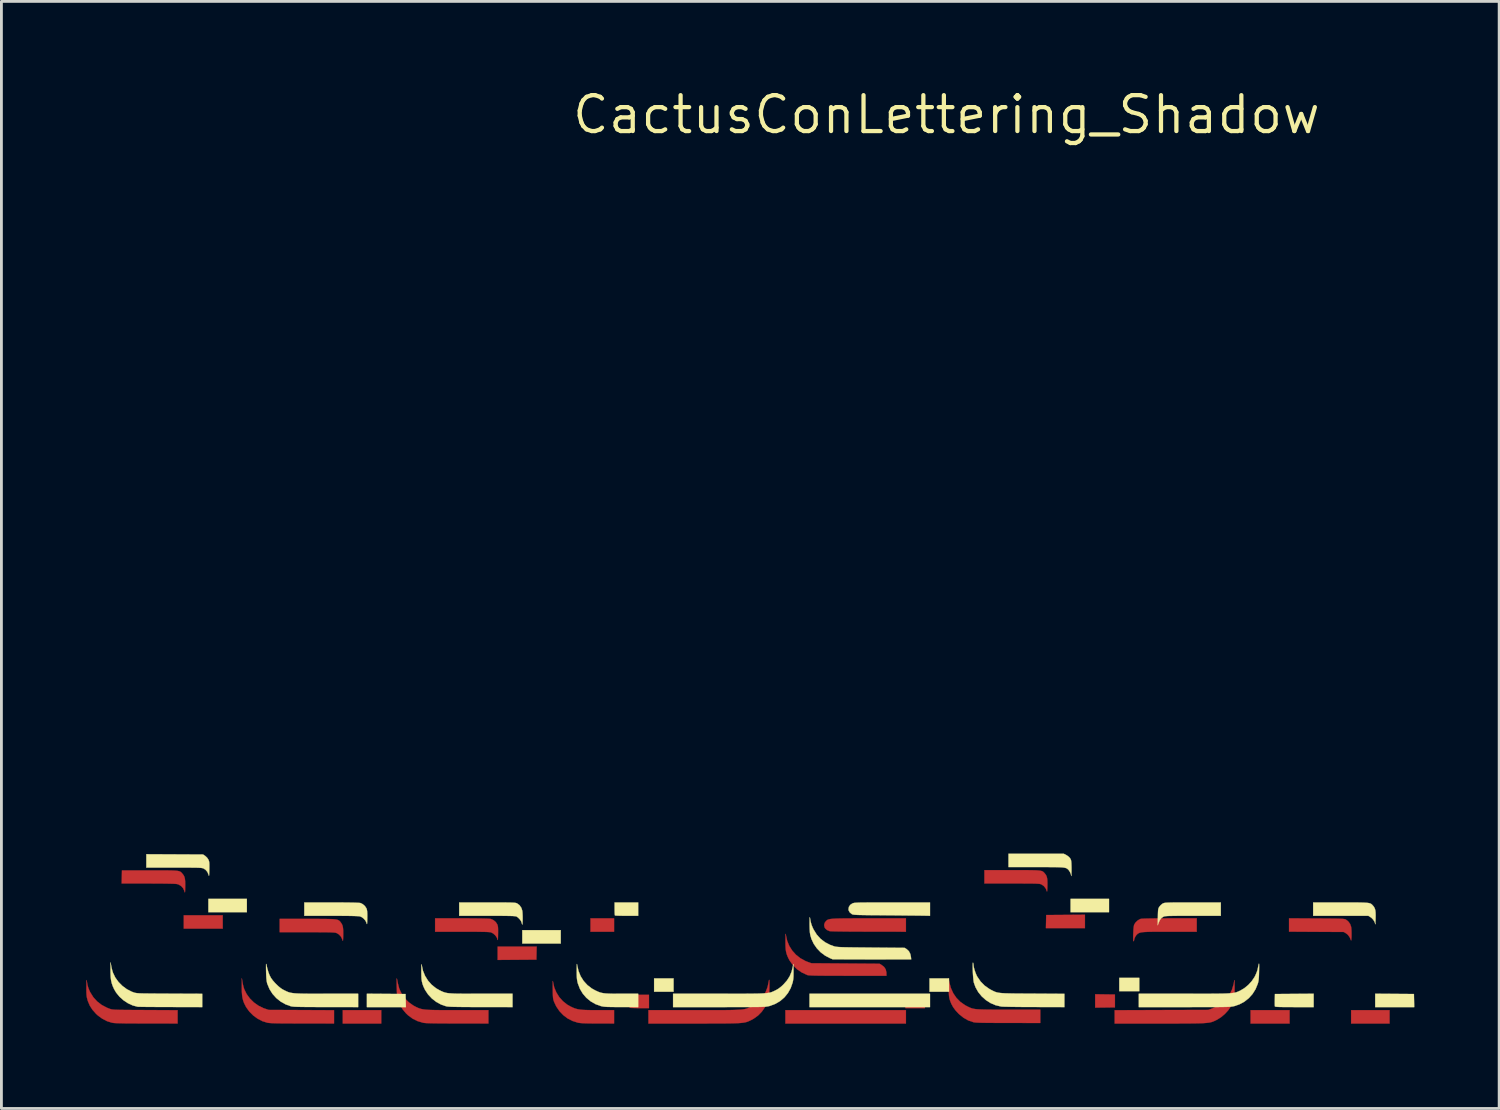
<source format=kicad_pcb>
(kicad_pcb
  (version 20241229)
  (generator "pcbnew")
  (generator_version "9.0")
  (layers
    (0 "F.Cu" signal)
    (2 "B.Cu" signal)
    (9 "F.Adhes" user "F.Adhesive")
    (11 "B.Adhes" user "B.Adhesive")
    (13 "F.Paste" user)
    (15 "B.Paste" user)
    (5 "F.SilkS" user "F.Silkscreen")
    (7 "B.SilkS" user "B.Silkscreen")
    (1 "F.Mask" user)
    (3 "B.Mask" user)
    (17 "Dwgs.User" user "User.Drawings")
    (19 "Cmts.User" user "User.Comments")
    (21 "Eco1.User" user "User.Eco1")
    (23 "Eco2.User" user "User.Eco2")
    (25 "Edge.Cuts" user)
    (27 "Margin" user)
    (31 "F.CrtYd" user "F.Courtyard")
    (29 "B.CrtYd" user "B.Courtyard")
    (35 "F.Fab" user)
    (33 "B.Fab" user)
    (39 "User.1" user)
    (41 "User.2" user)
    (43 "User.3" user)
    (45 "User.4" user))
  (footprint "CactusConLettering_Shadow"
    (layer "F.Cu")
    (at 30.429 1.006)
    (property "Reference" "CactusConLettering_Shadow" (at 0 0 0) (layer "F.SilkS") (effects (font (size 1.27 1.27) (thickness 0.15))))
    (attr through_hole)
    (fp_poly (pts (xy -25.6 28.793) (xy -26.978 28.793) (xy -26.978 28.321) (xy -25.6 28.321) (xy -25.6 28.793)) (stroke (width 0.01) (type solid)) (fill yes) (layer "F.Cu"))
    (fp_poly (pts (xy -19.993 32.149) (xy -21.354 32.149) (xy -21.354 31.677) (xy -19.993 31.677) (xy -19.993 32.149)) (stroke (width 0.01) (type solid)) (fill yes) (layer "F.Cu"))
    (fp_poly (pts (xy -11.757 28.902) (xy -12.591 28.902) (xy -12.591 28.43) (xy -11.757 28.43) (xy -11.757 28.902)) (stroke (width 0.01) (type solid)) (fill yes) (layer "F.Cu"))
    (fp_poly (pts (xy -1.433 32.149) (xy -5.697 32.149) (xy -5.697 31.677) (xy -1.433 31.677) (xy -1.433 32.149)) (stroke (width 0.01) (type solid)) (fill yes) (layer "F.Cu"))
    (fp_poly (pts (xy -0.762 31.605) (xy -1.451 31.605) (xy -1.451 31.133) (xy -0.762 31.133) (xy -0.762 31.605)) (stroke (width 0.01) (type solid)) (fill yes) (layer "F.Cu"))
    (fp_poly (pts (xy 12.138 32.149) (xy 10.759 32.149) (xy 10.759 31.677) (xy 12.138 31.677) (xy 12.138 32.149)) (stroke (width 0.01) (type solid)) (fill yes) (layer "F.Cu"))
    (fp_poly (pts (xy 15.675 32.149) (xy 14.315 32.149) (xy 14.315 31.677) (xy 15.675 31.677) (xy 15.675 32.149)) (stroke (width 0.01) (type solid)) (fill yes) (layer "F.Cu"))
    (fp_poly (pts (xy -14.5 29.659) (xy -14.505 29.89) (xy -15.875 29.9) (xy -15.875 29.428) (xy -14.495 29.428) (xy -14.5 29.659)) (stroke (width 0.01) (type solid)) (fill yes) (layer "F.Cu"))
    (fp_poly (pts (xy 4.899 28.775) (xy 3.519 28.775) (xy 3.524 28.543) (xy 3.529 28.312) (xy 4.214 28.307) (xy 4.899 28.302) (xy 4.899 28.775)) (stroke (width 0.01) (type solid)) (fill yes) (layer "F.Cu"))
    (fp_poly (pts (xy 5.611 31.119) (xy 5.96 31.124) (xy 5.96 31.578) (xy 5.611 31.583) (xy 5.261 31.587) (xy 5.261 31.114) (xy 5.611 31.119)) (stroke (width 0.01) (type solid)) (fill yes) (layer "F.Cu"))
    (fp_poly (pts (xy -10.523 31.605) (xy -10.855 31.605) (xy -10.962 31.604) (xy -11.055 31.602) (xy -11.13 31.6) (xy -11.181 31.596) (xy -11.2 31.593) (xy -11.205 31.571) (xy -11.209 31.52) (xy -11.211 31.448) (xy -11.212 31.362) (xy -11.212 31.357) (xy -11.212 31.133) (xy -10.523 31.133) (xy -10.523 31.605)) (stroke (width 0.01) (type solid)) (fill yes) (layer "F.Cu"))
    (fp_poly (pts (xy 13.095 28.434) (xy 13.31 28.435) (xy 13.491 28.436) (xy 13.643 28.438) (xy 13.767 28.439) (xy 13.867 28.441) (xy 13.945 28.444) (xy 14.005 28.447) (xy 14.05 28.451) (xy 14.082 28.456) (xy 14.105 28.461) (xy 14.122 28.468) (xy 14.126 28.47) (xy 14.214 28.538) (xy 14.28 28.629) (xy 14.314 28.724) (xy 14.321 28.77) (xy 14.326 28.833) (xy 14.329 28.907) (xy 14.33 28.984) (xy 14.33 29.059) (xy 14.327 29.125) (xy 14.323 29.176) (xy 14.318 29.207) (xy 14.311 29.21) (xy 14.308 29.201) (xy 14.263 29.095) (xy 14.198 29.008) (xy 14.131 28.956) (xy 14.052 28.911) (xy 13.086 28.906) (xy 12.119 28.9) (xy 12.119 28.428) (xy 13.095 28.434)) (stroke (width 0.01) (type solid)) (fill yes) (layer "F.Cu"))
    (fp_poly (pts (xy -1.433 28.902) (xy -2.753 28.9) (xy -3.003 28.899) (xy -3.234 28.898) (xy -3.443 28.897) (xy -3.629 28.895) (xy -3.789 28.893) (xy -3.921 28.891) (xy -4.024 28.888) (xy -4.094 28.885) (xy -4.131 28.881) (xy -4.134 28.881) (xy -4.227 28.841) (xy -4.289 28.784) (xy -4.312 28.743) (xy -4.327 28.665) (xy -4.307 28.59) (xy -4.267 28.534) (xy -4.248 28.515) (xy -4.23 28.498) (xy -4.209 28.484) (xy -4.182 28.472) (xy -4.147 28.462) (xy -4.103 28.453) (xy -4.045 28.447) (xy -3.971 28.441) (xy -3.88 28.437) (xy -3.769 28.434) (xy -3.634 28.432) (xy -3.474 28.431) (xy -3.286 28.43) (xy -3.068 28.43) (xy -2.816 28.43) (xy -2.736 28.43) (xy -1.433 28.43) (xy -1.433 28.902)) (stroke (width 0.01) (type solid)) (fill yes) (layer "F.Cu"))
    (fp_poly (pts (xy -17.14 28.43) (xy -16.888 28.43) (xy -16.671 28.432) (xy -16.489 28.434) (xy -16.343 28.437) (xy -16.233 28.44) (xy -16.158 28.445) (xy -16.12 28.45) (xy -16.02 28.494) (xy -15.939 28.564) (xy -15.89 28.64) (xy -15.877 28.676) (xy -15.867 28.715) (xy -15.862 28.765) (xy -15.86 28.833) (xy -15.86 28.926) (xy -15.861 28.987) (xy -15.863 29.089) (xy -15.866 29.157) (xy -15.87 29.192) (xy -15.875 29.197) (xy -15.88 29.175) (xy -15.91 29.098) (xy -15.965 29.024) (xy -16.037 28.962) (xy -16.115 28.923) (xy -16.12 28.922) (xy -16.158 28.917) (xy -16.229 28.912) (xy -16.336 28.908) (xy -16.477 28.906) (xy -16.653 28.903) (xy -16.865 28.902) (xy -17.113 28.902) (xy -17.14 28.902) (xy -18.088 28.902) (xy -18.088 28.43) (xy -17.14 28.43)) (stroke (width 0.01) (type solid)) (fill yes) (layer "F.Cu"))
    (fp_poly (pts (xy -24.901 30.689) (xy -24.885 30.775) (xy -24.862 30.863) (xy -24.84 30.935) (xy -24.839 30.936) (xy -24.755 31.107) (xy -24.641 31.263) (xy -24.502 31.401) (xy -24.343 31.515) (xy -24.168 31.602) (xy -24.121 31.619) (xy -23.976 31.668) (xy -21.663 31.679) (xy -21.663 32.149) (xy -22.783 32.148) (xy -23.026 32.147) (xy -23.236 32.146) (xy -23.415 32.145) (xy -23.565 32.144) (xy -23.689 32.142) (xy -23.79 32.139) (xy -23.871 32.136) (xy -23.934 32.132) (xy -23.981 32.127) (xy -24.016 32.122) (xy -24.021 32.121) (xy -24.2 32.065) (xy -24.37 31.976) (xy -24.526 31.861) (xy -24.663 31.722) (xy -24.776 31.565) (xy -24.843 31.431) (xy -24.875 31.346) (xy -24.898 31.258) (xy -24.914 31.161) (xy -24.923 31.047) (xy -24.927 30.907) (xy -24.926 30.826) (xy -24.925 30.544) (xy -24.901 30.689)) (stroke (width 0.01) (type solid)) (fill yes) (layer "F.Cu"))
    (fp_poly (pts (xy -27.768 26.734) (xy -27.61 26.734) (xy -27.48 26.735) (xy -27.374 26.738) (xy -27.29 26.742) (xy -27.223 26.747) (xy -27.172 26.755) (xy -27.133 26.765) (xy -27.103 26.778) (xy -27.079 26.794) (xy -27.058 26.813) (xy -27.038 26.837) (xy -27.018 26.859) (xy -26.982 26.908) (xy -26.956 26.961) (xy -26.939 27.027) (xy -26.93 27.111) (xy -26.927 27.22) (xy -26.928 27.309) (xy -26.93 27.405) (xy -26.932 27.469) (xy -26.935 27.503) (xy -26.94 27.512) (xy -26.946 27.5) (xy -26.955 27.468) (xy -26.956 27.463) (xy -27 27.366) (xy -27.07 27.287) (xy -27.161 27.232) (xy -27.213 27.216) (xy -27.258 27.211) (xy -27.338 27.206) (xy -27.454 27.203) (xy -27.604 27.2) (xy -27.788 27.198) (xy -28.006 27.197) (xy -28.241 27.196) (xy -29.175 27.196) (xy -29.17 26.965) (xy -29.165 26.733) (xy -28.176 26.733) (xy -27.955 26.733) (xy -27.768 26.734)) (stroke (width 0.01) (type solid)) (fill yes) (layer "F.Cu"))
    (fp_poly (pts (xy 8.854 28.902) (xy 7.906 28.902) (xy 7.685 28.902) (xy 7.497 28.902) (xy 7.339 28.903) (xy 7.209 28.905) (xy 7.102 28.908) (xy 7.016 28.912) (xy 6.949 28.917) (xy 6.896 28.924) (xy 6.854 28.933) (xy 6.822 28.944) (xy 6.795 28.957) (xy 6.77 28.972) (xy 6.762 28.978) (xy 6.718 29.021) (xy 6.678 29.082) (xy 6.649 29.145) (xy 6.64 29.19) (xy 6.631 29.226) (xy 6.62 29.239) (xy 6.612 29.233) (xy 6.607 29.203) (xy 6.605 29.144) (xy 6.606 29.054) (xy 6.608 28.981) (xy 6.614 28.846) (xy 6.623 28.745) (xy 6.635 28.676) (xy 6.644 28.647) (xy 6.691 28.574) (xy 6.761 28.508) (xy 6.84 28.46) (xy 6.871 28.449) (xy 6.907 28.444) (xy 6.978 28.44) (xy 7.082 28.437) (xy 7.219 28.434) (xy 7.388 28.432) (xy 7.586 28.431) (xy 7.812 28.43) (xy 7.897 28.43) (xy 8.854 28.43) (xy 8.854 28.902)) (stroke (width 0.01) (type solid)) (fill yes) (layer "F.Cu"))
    (fp_poly (pts (xy -22.601 28.448) (xy -22.376 28.448) (xy -22.184 28.449) (xy -22.023 28.45) (xy -21.888 28.452) (xy -21.779 28.455) (xy -21.691 28.459) (xy -21.621 28.466) (xy -21.567 28.475) (xy -21.526 28.487) (xy -21.494 28.502) (xy -21.469 28.521) (xy -21.448 28.543) (xy -21.428 28.569) (xy -21.411 28.593) (xy -21.381 28.642) (xy -21.359 28.698) (xy -21.346 28.768) (xy -21.339 28.856) (xy -21.338 28.971) (xy -21.339 29.056) (xy -21.342 29.142) (xy -21.345 29.196) (xy -21.348 29.221) (xy -21.354 29.221) (xy -21.362 29.2) (xy -21.368 29.179) (xy -21.416 29.079) (xy -21.49 28.998) (xy -21.562 28.954) (xy -21.58 28.947) (xy -21.601 28.94) (xy -21.629 28.935) (xy -21.666 28.931) (xy -21.716 28.928) (xy -21.781 28.925) (xy -21.865 28.923) (xy -21.971 28.922) (xy -22.101 28.921) (xy -22.26 28.92) (xy -22.449 28.92) (xy -22.611 28.92) (xy -23.586 28.92) (xy -23.586 28.448) (xy -22.601 28.448)) (stroke (width 0.01) (type solid)) (fill yes) (layer "F.Cu"))
    (fp_poly (pts (xy 2.545 26.724) (xy 2.733 26.725) (xy 2.891 26.725) (xy 3.022 26.727) (xy 3.129 26.729) (xy 3.214 26.733) (xy 3.281 26.739) (xy 3.333 26.747) (xy 3.372 26.757) (xy 3.402 26.769) (xy 3.426 26.785) (xy 3.446 26.803) (xy 3.466 26.826) (xy 3.478 26.839) (xy 3.515 26.887) (xy 3.542 26.939) (xy 3.559 27) (xy 3.569 27.078) (xy 3.572 27.179) (xy 3.571 27.287) (xy 3.568 27.386) (xy 3.564 27.451) (xy 3.559 27.48) (xy 3.553 27.476) (xy 3.551 27.469) (xy 3.513 27.372) (xy 3.449 27.29) (xy 3.37 27.235) (xy 3.352 27.226) (xy 3.333 27.219) (xy 3.31 27.213) (xy 3.28 27.208) (xy 3.24 27.205) (xy 3.186 27.202) (xy 3.116 27.2) (xy 3.027 27.198) (xy 2.915 27.197) (xy 2.778 27.197) (xy 2.612 27.196) (xy 2.414 27.196) (xy 2.317 27.196) (xy 1.343 27.196) (xy 1.343 26.724) (xy 2.323 26.724) (xy 2.545 26.724)) (stroke (width 0.01) (type solid)) (fill yes) (layer "F.Cu"))
    (fp_poly (pts (xy -13.919 30.659) (xy -13.916 30.68) (xy -13.874 30.871) (xy -13.799 31.051) (xy -13.696 31.216) (xy -13.566 31.361) (xy -13.414 31.482) (xy -13.298 31.548) (xy -13.228 31.581) (xy -13.164 31.608) (xy -13.099 31.629) (xy -13.031 31.646) (xy -12.953 31.658) (xy -12.861 31.667) (xy -12.75 31.672) (xy -12.616 31.675) (xy -12.454 31.677) (xy -12.324 31.677) (xy -11.757 31.677) (xy -11.757 32.149) (xy -12.333 32.148) (xy -12.513 32.147) (xy -12.661 32.145) (xy -12.78 32.142) (xy -12.875 32.138) (xy -12.949 32.132) (xy -13.007 32.125) (xy -13.036 32.119) (xy -13.223 32.061) (xy -13.397 31.972) (xy -13.554 31.853) (xy -13.69 31.71) (xy -13.803 31.544) (xy -13.874 31.394) (xy -13.891 31.349) (xy -13.903 31.308) (xy -13.912 31.266) (xy -13.918 31.214) (xy -13.922 31.147) (xy -13.925 31.059) (xy -13.926 30.942) (xy -13.927 30.915) (xy -13.928 30.796) (xy -13.927 30.713) (xy -13.926 30.663) (xy -13.923 30.645) (xy -13.919 30.659)) (stroke (width 0.01) (type solid)) (fill yes) (layer "F.Cu"))
    (fp_poly (pts (xy 10.19 30.632) (xy 10.192 30.681) (xy 10.193 30.764) (xy 10.194 30.844) (xy 10.192 31.012) (xy 10.183 31.151) (xy 10.165 31.27) (xy 10.136 31.375) (xy 10.095 31.475) (xy 10.057 31.549) (xy 9.968 31.681) (xy 9.852 31.808) (xy 9.721 31.92) (xy 9.584 32.008) (xy 9.561 32.02) (xy 9.518 32.041) (xy 9.478 32.06) (xy 9.44 32.076) (xy 9.401 32.091) (xy 9.359 32.103) (xy 9.31 32.114) (xy 9.254 32.122) (xy 9.186 32.129) (xy 9.106 32.135) (xy 9.009 32.14) (xy 8.895 32.143) (xy 8.76 32.145) (xy 8.603 32.147) (xy 8.42 32.148) (xy 8.209 32.149) (xy 7.968 32.149) (xy 7.694 32.149) (xy 7.552 32.149) (xy 5.951 32.149) (xy 5.951 31.679) (xy 7.606 31.673) (xy 9.262 31.668) (xy 9.38 31.626) (xy 9.577 31.538) (xy 9.749 31.424) (xy 9.895 31.287) (xy 10.013 31.128) (xy 10.102 30.948) (xy 10.161 30.751) (xy 10.177 30.654) (xy 10.183 30.62) (xy 10.187 30.612) (xy 10.19 30.632)) (stroke (width 0.01) (type solid)) (fill yes) (layer "F.Cu"))
    (fp_poly (pts (xy -5.683 28.99) (xy -5.677 29.026) (xy -5.677 29.029) (xy -5.634 29.224) (xy -5.559 29.406) (xy -5.454 29.572) (xy -5.322 29.718) (xy -5.166 29.841) (xy -4.989 29.938) (xy -4.913 29.969) (xy -4.781 30.017) (xy -3.574 30.026) (xy -2.368 30.035) (xy -2.286 30.084) (xy -2.201 30.153) (xy -2.146 30.241) (xy -2.123 30.347) (xy -2.123 30.369) (xy -2.123 30.462) (xy -3.488 30.461) (xy -3.749 30.46) (xy -3.977 30.46) (xy -4.173 30.459) (xy -4.34 30.458) (xy -4.481 30.457) (xy -4.597 30.455) (xy -4.691 30.453) (xy -4.766 30.45) (xy -4.824 30.447) (xy -4.868 30.444) (xy -4.899 30.439) (xy -4.92 30.435) (xy -4.926 30.433) (xy -5.115 30.345) (xy -5.284 30.229) (xy -5.428 30.087) (xy -5.547 29.921) (xy -5.584 29.853) (xy -5.624 29.767) (xy -5.653 29.687) (xy -5.674 29.603) (xy -5.687 29.508) (xy -5.693 29.393) (xy -5.695 29.253) (xy -5.695 29.216) (xy -5.693 29.108) (xy -5.692 29.034) (xy -5.69 28.991) (xy -5.687 28.977) (xy -5.683 28.99)) (stroke (width 0.01) (type solid)) (fill yes) (layer "F.Cu"))
    (fp_poly (pts (xy 0.1 30.682) (xy 0.156 30.891) (xy 0.24 31.078) (xy 0.353 31.243) (xy 0.492 31.384) (xy 0.658 31.501) (xy 0.735 31.542) (xy 0.782 31.565) (xy 0.824 31.585) (xy 0.866 31.602) (xy 0.909 31.616) (xy 0.956 31.627) (xy 1.012 31.637) (xy 1.078 31.644) (xy 1.158 31.649) (xy 1.254 31.653) (xy 1.371 31.656) (xy 1.51 31.658) (xy 1.676 31.659) (xy 1.87 31.659) (xy 2.096 31.659) (xy 3.32 31.659) (xy 3.32 32.131) (xy 2.191 32.129) (xy 1.95 32.129) (xy 1.743 32.128) (xy 1.567 32.127) (xy 1.419 32.126) (xy 1.296 32.124) (xy 1.197 32.122) (xy 1.117 32.119) (xy 1.055 32.115) (xy 1.007 32.111) (xy 0.971 32.106) (xy 0.953 32.102) (xy 0.775 32.042) (xy 0.611 31.95) (xy 0.455 31.825) (xy 0.425 31.796) (xy 0.317 31.679) (xy 0.234 31.565) (xy 0.17 31.445) (xy 0.126 31.333) (xy 0.111 31.285) (xy 0.1 31.237) (xy 0.092 31.181) (xy 0.087 31.111) (xy 0.083 31.02) (xy 0.08 30.9) (xy 0.08 30.879) (xy 0.074 30.544) (xy 0.1 30.682)) (stroke (width 0.01) (type solid)) (fill yes) (layer "F.Cu"))
    (fp_poly (pts (xy -30.411 30.627) (xy -30.407 30.654) (xy -30.385 30.783) (xy -30.354 30.892) (xy -30.309 31) (xy -30.289 31.042) (xy -30.179 31.218) (xy -30.044 31.368) (xy -29.882 31.493) (xy -29.696 31.591) (xy -29.609 31.626) (xy -29.585 31.634) (xy -29.561 31.641) (xy -29.536 31.648) (xy -29.505 31.653) (xy -29.467 31.657) (xy -29.417 31.661) (xy -29.355 31.663) (xy -29.275 31.666) (xy -29.176 31.667) (xy -29.054 31.669) (xy -28.907 31.67) (xy -28.732 31.671) (xy -28.526 31.672) (xy -28.344 31.673) (xy -27.196 31.679) (xy -27.196 32.149) (xy -28.298 32.148) (xy -28.54 32.147) (xy -28.748 32.146) (xy -28.924 32.145) (xy -29.073 32.144) (xy -29.196 32.141) (xy -29.295 32.139) (xy -29.375 32.136) (xy -29.436 32.132) (xy -29.482 32.127) (xy -29.516 32.121) (xy -29.518 32.121) (xy -29.694 32.066) (xy -29.863 31.978) (xy -30.02 31.863) (xy -30.081 31.807) (xy -30.207 31.665) (xy -30.302 31.518) (xy -30.37 31.358) (xy -30.388 31.297) (xy -30.403 31.239) (xy -30.413 31.181) (xy -30.419 31.117) (xy -30.423 31.037) (xy -30.424 30.934) (xy -30.423 30.852) (xy -30.422 30.744) (xy -30.42 30.669) (xy -30.418 30.626) (xy -30.415 30.613) (xy -30.411 30.627)) (stroke (width 0.01) (type solid)) (fill yes) (layer "F.Cu"))
    (fp_poly (pts (xy -19.437 30.573) (xy -19.426 30.621) (xy -19.413 30.688) (xy -19.406 30.725) (xy -19.356 30.916) (xy -19.273 31.094) (xy -19.161 31.255) (xy -19.024 31.395) (xy -18.863 31.51) (xy -18.796 31.547) (xy -18.745 31.572) (xy -18.698 31.594) (xy -18.652 31.613) (xy -18.604 31.628) (xy -18.552 31.641) (xy -18.491 31.651) (xy -18.42 31.659) (xy -18.334 31.666) (xy -18.231 31.67) (xy -18.108 31.673) (xy -17.962 31.675) (xy -17.789 31.676) (xy -17.587 31.677) (xy -17.352 31.677) (xy -17.295 31.677) (xy -16.202 31.677) (xy -16.202 32.149) (xy -17.304 32.148) (xy -17.55 32.147) (xy -17.762 32.146) (xy -17.942 32.145) (xy -18.094 32.143) (xy -18.219 32.141) (xy -18.319 32.138) (xy -18.397 32.135) (xy -18.456 32.13) (xy -18.498 32.125) (xy -18.515 32.122) (xy -18.711 32.063) (xy -18.887 31.975) (xy -19.047 31.856) (xy -19.117 31.789) (xy -19.236 31.647) (xy -19.329 31.485) (xy -19.387 31.342) (xy -19.405 31.285) (xy -19.418 31.234) (xy -19.428 31.179) (xy -19.435 31.114) (xy -19.44 31.031) (xy -19.443 30.922) (xy -19.445 30.87) (xy -19.447 30.767) (xy -19.448 30.678) (xy -19.448 30.609) (xy -19.446 30.565) (xy -19.444 30.553) (xy -19.437 30.573)) (stroke (width 0.01) (type solid)) (fill yes) (layer "F.Cu"))
    (fp_poly (pts (xy -6.267 30.611) (xy -6.263 30.645) (xy -6.261 30.699) (xy -6.261 30.769) (xy -6.262 30.849) (xy -6.264 30.934) (xy -6.268 31.019) (xy -6.273 31.098) (xy -6.28 31.167) (xy -6.286 31.215) (xy -6.337 31.399) (xy -6.42 31.572) (xy -6.531 31.731) (xy -6.666 31.869) (xy -6.823 31.981) (xy -6.894 32.02) (xy -6.938 32.041) (xy -6.977 32.06) (xy -7.015 32.076) (xy -7.054 32.091) (xy -7.096 32.103) (xy -7.144 32.113) (xy -7.2 32.122) (xy -7.267 32.129) (xy -7.347 32.135) (xy -7.443 32.139) (xy -7.556 32.143) (xy -7.69 32.145) (xy -7.846 32.147) (xy -8.028 32.148) (xy -8.237 32.148) (xy -8.476 32.149) (xy -8.748 32.149) (xy -8.922 32.149) (xy -10.541 32.149) (xy -10.541 31.677) (xy -8.935 31.677) (xy -8.642 31.677) (xy -8.384 31.677) (xy -8.156 31.677) (xy -7.958 31.676) (xy -7.787 31.675) (xy -7.64 31.673) (xy -7.514 31.67) (xy -7.408 31.666) (xy -7.32 31.661) (xy -7.245 31.655) (xy -7.183 31.647) (xy -7.131 31.638) (xy -7.086 31.627) (xy -7.046 31.614) (xy -7.009 31.599) (xy -6.971 31.583) (xy -6.932 31.563) (xy -6.921 31.558) (xy -6.757 31.46) (xy -6.612 31.337) (xy -6.49 31.194) (xy -6.395 31.036) (xy -6.331 30.868) (xy -6.316 30.807) (xy -6.301 30.732) (xy -6.285 30.655) (xy -6.279 30.625) (xy -6.272 30.602) (xy -6.267 30.611)) (stroke (width 0.01) (type solid)) (fill yes) (layer "F.Cu"))
    (fp_poly (pts (xy -25.6 28.793) (xy -26.978 28.793) (xy -26.978 28.321) (xy -25.6 28.321) (xy -25.6 28.793)) (stroke (width 0.01) (type solid)) (fill yes) (layer "F.Mask"))
    (fp_poly (pts (xy -19.993 32.149) (xy -21.354 32.149) (xy -21.354 31.677) (xy -19.993 31.677) (xy -19.993 32.149)) (stroke (width 0.01) (type solid)) (fill yes) (layer "F.Mask"))
    (fp_poly (pts (xy -11.757 28.902) (xy -12.591 28.902) (xy -12.591 28.43) (xy -11.757 28.43) (xy -11.757 28.902)) (stroke (width 0.01) (type solid)) (fill yes) (layer "F.Mask"))
    (fp_poly (pts (xy -1.433 32.149) (xy -5.697 32.149) (xy -5.697 31.677) (xy -1.433 31.677) (xy -1.433 32.149)) (stroke (width 0.01) (type solid)) (fill yes) (layer "F.Mask"))
    (fp_poly (pts (xy -0.762 31.605) (xy -1.451 31.605) (xy -1.451 31.133) (xy -0.762 31.133) (xy -0.762 31.605)) (stroke (width 0.01) (type solid)) (fill yes) (layer "F.Mask"))
    (fp_poly (pts (xy 12.138 32.149) (xy 10.759 32.149) (xy 10.759 31.677) (xy 12.138 31.677) (xy 12.138 32.149)) (stroke (width 0.01) (type solid)) (fill yes) (layer "F.Mask"))
    (fp_poly (pts (xy 15.675 32.149) (xy 14.315 32.149) (xy 14.315 31.677) (xy 15.675 31.677) (xy 15.675 32.149)) (stroke (width 0.01) (type solid)) (fill yes) (layer "F.Mask"))
    (fp_poly (pts (xy -14.5 29.659) (xy -14.505 29.89) (xy -15.875 29.9) (xy -15.875 29.428) (xy -14.495 29.428) (xy -14.5 29.659)) (stroke (width 0.01) (type solid)) (fill yes) (layer "F.Mask"))
    (fp_poly (pts (xy 4.899 28.775) (xy 3.519 28.775) (xy 3.524 28.543) (xy 3.529 28.312) (xy 4.214 28.307) (xy 4.899 28.302) (xy 4.899 28.775)) (stroke (width 0.01) (type solid)) (fill yes) (layer "F.Mask"))
    (fp_poly (pts (xy 5.611 31.119) (xy 5.96 31.124) (xy 5.96 31.578) (xy 5.611 31.583) (xy 5.261 31.587) (xy 5.261 31.114) (xy 5.611 31.119)) (stroke (width 0.01) (type solid)) (fill yes) (layer "F.Mask"))
    (fp_poly (pts (xy -10.523 31.605) (xy -10.855 31.605) (xy -10.962 31.604) (xy -11.055 31.602) (xy -11.13 31.6) (xy -11.181 31.596) (xy -11.2 31.593) (xy -11.205 31.571) (xy -11.209 31.52) (xy -11.211 31.448) (xy -11.212 31.362) (xy -11.212 31.357) (xy -11.212 31.133) (xy -10.523 31.133) (xy -10.523 31.605)) (stroke (width 0.01) (type solid)) (fill yes) (layer "F.Mask"))
    (fp_poly (pts (xy 13.095 28.434) (xy 13.31 28.435) (xy 13.491 28.436) (xy 13.643 28.438) (xy 13.767 28.439) (xy 13.867 28.441) (xy 13.945 28.444) (xy 14.005 28.447) (xy 14.05 28.451) (xy 14.082 28.456) (xy 14.105 28.461) (xy 14.122 28.468) (xy 14.126 28.47) (xy 14.214 28.538) (xy 14.28 28.629) (xy 14.314 28.724) (xy 14.321 28.77) (xy 14.326 28.833) (xy 14.329 28.907) (xy 14.33 28.984) (xy 14.33 29.059) (xy 14.327 29.125) (xy 14.323 29.176) (xy 14.318 29.207) (xy 14.311 29.21) (xy 14.308 29.201) (xy 14.263 29.095) (xy 14.198 29.008) (xy 14.131 28.956) (xy 14.052 28.911) (xy 13.086 28.906) (xy 12.119 28.9) (xy 12.119 28.428) (xy 13.095 28.434)) (stroke (width 0.01) (type solid)) (fill yes) (layer "F.Mask"))
    (fp_poly (pts (xy -1.433 28.902) (xy -2.753 28.9) (xy -3.003 28.899) (xy -3.234 28.898) (xy -3.443 28.897) (xy -3.629 28.895) (xy -3.789 28.893) (xy -3.921 28.891) (xy -4.024 28.888) (xy -4.094 28.885) (xy -4.131 28.881) (xy -4.134 28.881) (xy -4.227 28.841) (xy -4.289 28.784) (xy -4.312 28.743) (xy -4.327 28.665) (xy -4.307 28.59) (xy -4.267 28.534) (xy -4.248 28.515) (xy -4.23 28.498) (xy -4.209 28.484) (xy -4.182 28.472) (xy -4.147 28.462) (xy -4.103 28.453) (xy -4.045 28.447) (xy -3.971 28.441) (xy -3.88 28.437) (xy -3.769 28.434) (xy -3.634 28.432) (xy -3.474 28.431) (xy -3.286 28.43) (xy -3.068 28.43) (xy -2.816 28.43) (xy -2.736 28.43) (xy -1.433 28.43) (xy -1.433 28.902)) (stroke (width 0.01) (type solid)) (fill yes) (layer "F.Mask"))
    (fp_poly (pts (xy -17.14 28.43) (xy -16.888 28.43) (xy -16.671 28.432) (xy -16.489 28.434) (xy -16.343 28.437) (xy -16.233 28.44) (xy -16.158 28.445) (xy -16.12 28.45) (xy -16.02 28.494) (xy -15.939 28.564) (xy -15.89 28.64) (xy -15.877 28.676) (xy -15.867 28.715) (xy -15.862 28.765) (xy -15.86 28.833) (xy -15.86 28.926) (xy -15.861 28.987) (xy -15.863 29.089) (xy -15.866 29.157) (xy -15.87 29.192) (xy -15.875 29.197) (xy -15.88 29.175) (xy -15.91 29.098) (xy -15.965 29.024) (xy -16.037 28.962) (xy -16.115 28.923) (xy -16.12 28.922) (xy -16.158 28.917) (xy -16.229 28.912) (xy -16.336 28.908) (xy -16.477 28.906) (xy -16.653 28.903) (xy -16.865 28.902) (xy -17.113 28.902) (xy -17.14 28.902) (xy -18.088 28.902) (xy -18.088 28.43) (xy -17.14 28.43)) (stroke (width 0.01) (type solid)) (fill yes) (layer "F.Mask"))
    (fp_poly (pts (xy -24.901 30.689) (xy -24.885 30.775) (xy -24.862 30.863) (xy -24.84 30.935) (xy -24.839 30.936) (xy -24.755 31.107) (xy -24.641 31.263) (xy -24.502 31.401) (xy -24.343 31.515) (xy -24.168 31.602) (xy -24.121 31.619) (xy -23.976 31.668) (xy -21.663 31.679) (xy -21.663 32.149) (xy -22.783 32.148) (xy -23.026 32.147) (xy -23.236 32.146) (xy -23.415 32.145) (xy -23.565 32.144) (xy -23.689 32.142) (xy -23.79 32.139) (xy -23.871 32.136) (xy -23.934 32.132) (xy -23.981 32.127) (xy -24.016 32.122) (xy -24.021 32.121) (xy -24.2 32.065) (xy -24.37 31.976) (xy -24.526 31.861) (xy -24.663 31.722) (xy -24.776 31.565) (xy -24.843 31.431) (xy -24.875 31.346) (xy -24.898 31.258) (xy -24.914 31.161) (xy -24.923 31.047) (xy -24.927 30.907) (xy -24.926 30.826) (xy -24.925 30.544) (xy -24.901 30.689)) (stroke (width 0.01) (type solid)) (fill yes) (layer "F.Mask"))
    (fp_poly (pts (xy -27.768 26.734) (xy -27.61 26.734) (xy -27.48 26.735) (xy -27.374 26.738) (xy -27.29 26.742) (xy -27.223 26.747) (xy -27.172 26.755) (xy -27.133 26.765) (xy -27.103 26.778) (xy -27.079 26.794) (xy -27.058 26.813) (xy -27.038 26.837) (xy -27.018 26.859) (xy -26.982 26.908) (xy -26.956 26.961) (xy -26.939 27.027) (xy -26.93 27.111) (xy -26.927 27.22) (xy -26.928 27.309) (xy -26.93 27.405) (xy -26.932 27.469) (xy -26.935 27.503) (xy -26.94 27.512) (xy -26.946 27.5) (xy -26.955 27.468) (xy -26.956 27.463) (xy -27 27.366) (xy -27.07 27.287) (xy -27.161 27.232) (xy -27.213 27.216) (xy -27.258 27.211) (xy -27.338 27.206) (xy -27.454 27.203) (xy -27.604 27.2) (xy -27.788 27.198) (xy -28.006 27.197) (xy -28.241 27.196) (xy -29.175 27.196) (xy -29.17 26.965) (xy -29.165 26.733) (xy -28.176 26.733) (xy -27.955 26.733) (xy -27.768 26.734)) (stroke (width 0.01) (type solid)) (fill yes) (layer "F.Mask"))
    (fp_poly (pts (xy 8.854 28.902) (xy 7.906 28.902) (xy 7.685 28.902) (xy 7.497 28.902) (xy 7.339 28.903) (xy 7.209 28.905) (xy 7.102 28.908) (xy 7.016 28.912) (xy 6.949 28.917) (xy 6.896 28.924) (xy 6.854 28.933) (xy 6.822 28.944) (xy 6.795 28.957) (xy 6.77 28.972) (xy 6.762 28.978) (xy 6.718 29.021) (xy 6.678 29.082) (xy 6.649 29.145) (xy 6.64 29.19) (xy 6.631 29.226) (xy 6.62 29.239) (xy 6.612 29.233) (xy 6.607 29.203) (xy 6.605 29.144) (xy 6.606 29.054) (xy 6.608 28.981) (xy 6.614 28.846) (xy 6.623 28.745) (xy 6.635 28.676) (xy 6.644 28.647) (xy 6.691 28.574) (xy 6.761 28.508) (xy 6.84 28.46) (xy 6.871 28.449) (xy 6.907 28.444) (xy 6.978 28.44) (xy 7.082 28.437) (xy 7.219 28.434) (xy 7.388 28.432) (xy 7.586 28.431) (xy 7.812 28.43) (xy 7.897 28.43) (xy 8.854 28.43) (xy 8.854 28.902)) (stroke (width 0.01) (type solid)) (fill yes) (layer "F.Mask"))
    (fp_poly (pts (xy -22.601 28.448) (xy -22.376 28.448) (xy -22.184 28.449) (xy -22.023 28.45) (xy -21.888 28.452) (xy -21.779 28.455) (xy -21.691 28.459) (xy -21.621 28.466) (xy -21.567 28.475) (xy -21.526 28.487) (xy -21.494 28.502) (xy -21.469 28.521) (xy -21.448 28.543) (xy -21.428 28.569) (xy -21.411 28.593) (xy -21.381 28.642) (xy -21.359 28.698) (xy -21.346 28.768) (xy -21.339 28.856) (xy -21.338 28.971) (xy -21.339 29.056) (xy -21.342 29.142) (xy -21.345 29.196) (xy -21.348 29.221) (xy -21.354 29.221) (xy -21.362 29.2) (xy -21.368 29.179) (xy -21.416 29.079) (xy -21.49 28.998) (xy -21.562 28.954) (xy -21.58 28.947) (xy -21.601 28.94) (xy -21.629 28.935) (xy -21.666 28.931) (xy -21.716 28.928) (xy -21.781 28.925) (xy -21.865 28.923) (xy -21.971 28.922) (xy -22.101 28.921) (xy -22.26 28.92) (xy -22.449 28.92) (xy -22.611 28.92) (xy -23.586 28.92) (xy -23.586 28.448) (xy -22.601 28.448)) (stroke (width 0.01) (type solid)) (fill yes) (layer "F.Mask"))
    (fp_poly (pts (xy 2.545 26.724) (xy 2.733 26.725) (xy 2.891 26.725) (xy 3.022 26.727) (xy 3.129 26.729) (xy 3.214 26.733) (xy 3.281 26.739) (xy 3.333 26.747) (xy 3.372 26.757) (xy 3.402 26.769) (xy 3.426 26.785) (xy 3.446 26.803) (xy 3.466 26.826) (xy 3.478 26.839) (xy 3.515 26.887) (xy 3.542 26.939) (xy 3.559 27) (xy 3.569 27.078) (xy 3.572 27.179) (xy 3.571 27.287) (xy 3.568 27.386) (xy 3.564 27.451) (xy 3.559 27.48) (xy 3.553 27.476) (xy 3.551 27.469) (xy 3.513 27.372) (xy 3.449 27.29) (xy 3.37 27.235) (xy 3.352 27.226) (xy 3.333 27.219) (xy 3.31 27.213) (xy 3.28 27.208) (xy 3.24 27.205) (xy 3.186 27.202) (xy 3.116 27.2) (xy 3.027 27.198) (xy 2.915 27.197) (xy 2.778 27.197) (xy 2.612 27.196) (xy 2.414 27.196) (xy 2.317 27.196) (xy 1.343 27.196) (xy 1.343 26.724) (xy 2.323 26.724) (xy 2.545 26.724)) (stroke (width 0.01) (type solid)) (fill yes) (layer "F.Mask"))
    (fp_poly (pts (xy -13.919 30.659) (xy -13.916 30.68) (xy -13.874 30.871) (xy -13.799 31.051) (xy -13.696 31.216) (xy -13.566 31.361) (xy -13.414 31.482) (xy -13.298 31.548) (xy -13.228 31.581) (xy -13.164 31.608) (xy -13.099 31.629) (xy -13.031 31.646) (xy -12.953 31.658) (xy -12.861 31.667) (xy -12.75 31.672) (xy -12.616 31.675) (xy -12.454 31.677) (xy -12.324 31.677) (xy -11.757 31.677) (xy -11.757 32.149) (xy -12.333 32.148) (xy -12.513 32.147) (xy -12.661 32.145) (xy -12.78 32.142) (xy -12.875 32.138) (xy -12.949 32.132) (xy -13.007 32.125) (xy -13.036 32.119) (xy -13.223 32.061) (xy -13.397 31.972) (xy -13.554 31.853) (xy -13.69 31.71) (xy -13.803 31.544) (xy -13.874 31.394) (xy -13.891 31.349) (xy -13.903 31.308) (xy -13.912 31.266) (xy -13.918 31.214) (xy -13.922 31.147) (xy -13.925 31.059) (xy -13.926 30.942) (xy -13.927 30.915) (xy -13.928 30.796) (xy -13.927 30.713) (xy -13.926 30.663) (xy -13.923 30.645) (xy -13.919 30.659)) (stroke (width 0.01) (type solid)) (fill yes) (layer "F.Mask"))
    (fp_poly (pts (xy 10.19 30.632) (xy 10.192 30.681) (xy 10.193 30.764) (xy 10.194 30.844) (xy 10.192 31.012) (xy 10.183 31.151) (xy 10.165 31.27) (xy 10.136 31.375) (xy 10.095 31.475) (xy 10.057 31.549) (xy 9.968 31.681) (xy 9.852 31.808) (xy 9.721 31.92) (xy 9.584 32.008) (xy 9.561 32.02) (xy 9.518 32.041) (xy 9.478 32.06) (xy 9.44 32.076) (xy 9.401 32.091) (xy 9.359 32.103) (xy 9.31 32.114) (xy 9.254 32.122) (xy 9.186 32.129) (xy 9.106 32.135) (xy 9.009 32.14) (xy 8.895 32.143) (xy 8.76 32.145) (xy 8.603 32.147) (xy 8.42 32.148) (xy 8.209 32.149) (xy 7.968 32.149) (xy 7.694 32.149) (xy 7.552 32.149) (xy 5.951 32.149) (xy 5.951 31.679) (xy 7.606 31.673) (xy 9.262 31.668) (xy 9.38 31.626) (xy 9.577 31.538) (xy 9.749 31.424) (xy 9.895 31.287) (xy 10.013 31.128) (xy 10.102 30.948) (xy 10.161 30.751) (xy 10.177 30.654) (xy 10.183 30.62) (xy 10.187 30.612) (xy 10.19 30.632)) (stroke (width 0.01) (type solid)) (fill yes) (layer "F.Mask"))
    (fp_poly (pts (xy -5.683 28.99) (xy -5.677 29.026) (xy -5.677 29.029) (xy -5.634 29.224) (xy -5.559 29.406) (xy -5.454 29.572) (xy -5.322 29.718) (xy -5.166 29.841) (xy -4.989 29.938) (xy -4.913 29.969) (xy -4.781 30.017) (xy -3.574 30.026) (xy -2.368 30.035) (xy -2.286 30.084) (xy -2.201 30.153) (xy -2.146 30.241) (xy -2.123 30.347) (xy -2.123 30.369) (xy -2.123 30.462) (xy -3.488 30.461) (xy -3.749 30.46) (xy -3.977 30.46) (xy -4.173 30.459) (xy -4.34 30.458) (xy -4.481 30.457) (xy -4.597 30.455) (xy -4.691 30.453) (xy -4.766 30.45) (xy -4.824 30.447) (xy -4.868 30.444) (xy -4.899 30.439) (xy -4.92 30.435) (xy -4.926 30.433) (xy -5.115 30.345) (xy -5.284 30.229) (xy -5.428 30.087) (xy -5.547 29.921) (xy -5.584 29.853) (xy -5.624 29.767) (xy -5.653 29.687) (xy -5.674 29.603) (xy -5.687 29.508) (xy -5.693 29.393) (xy -5.695 29.253) (xy -5.695 29.216) (xy -5.693 29.108) (xy -5.692 29.034) (xy -5.69 28.991) (xy -5.687 28.977) (xy -5.683 28.99)) (stroke (width 0.01) (type solid)) (fill yes) (layer "F.Mask"))
    (fp_poly (pts (xy 0.1 30.682) (xy 0.156 30.891) (xy 0.24 31.078) (xy 0.353 31.243) (xy 0.492 31.384) (xy 0.658 31.501) (xy 0.735 31.542) (xy 0.782 31.565) (xy 0.824 31.585) (xy 0.866 31.602) (xy 0.909 31.616) (xy 0.956 31.627) (xy 1.012 31.637) (xy 1.078 31.644) (xy 1.158 31.649) (xy 1.254 31.653) (xy 1.371 31.656) (xy 1.51 31.658) (xy 1.676 31.659) (xy 1.87 31.659) (xy 2.096 31.659) (xy 3.32 31.659) (xy 3.32 32.131) (xy 2.191 32.129) (xy 1.95 32.129) (xy 1.743 32.128) (xy 1.567 32.127) (xy 1.419 32.126) (xy 1.296 32.124) (xy 1.197 32.122) (xy 1.117 32.119) (xy 1.055 32.115) (xy 1.007 32.111) (xy 0.971 32.106) (xy 0.953 32.102) (xy 0.775 32.042) (xy 0.611 31.95) (xy 0.455 31.825) (xy 0.425 31.796) (xy 0.317 31.679) (xy 0.234 31.565) (xy 0.17 31.445) (xy 0.126 31.333) (xy 0.111 31.285) (xy 0.1 31.237) (xy 0.092 31.181) (xy 0.087 31.111) (xy 0.083 31.02) (xy 0.08 30.9) (xy 0.08 30.879) (xy 0.074 30.544) (xy 0.1 30.682)) (stroke (width 0.01) (type solid)) (fill yes) (layer "F.Mask"))
    (fp_poly (pts (xy -30.411 30.627) (xy -30.407 30.654) (xy -30.385 30.783) (xy -30.354 30.892) (xy -30.309 31) (xy -30.289 31.042) (xy -30.179 31.218) (xy -30.044 31.368) (xy -29.882 31.493) (xy -29.696 31.591) (xy -29.609 31.626) (xy -29.585 31.634) (xy -29.561 31.641) (xy -29.536 31.648) (xy -29.505 31.653) (xy -29.467 31.657) (xy -29.417 31.661) (xy -29.355 31.663) (xy -29.275 31.666) (xy -29.176 31.667) (xy -29.054 31.669) (xy -28.907 31.67) (xy -28.732 31.671) (xy -28.526 31.672) (xy -28.344 31.673) (xy -27.196 31.679) (xy -27.196 32.149) (xy -28.298 32.148) (xy -28.54 32.147) (xy -28.748 32.146) (xy -28.924 32.145) (xy -29.073 32.144) (xy -29.196 32.141) (xy -29.295 32.139) (xy -29.375 32.136) (xy -29.436 32.132) (xy -29.482 32.127) (xy -29.516 32.121) (xy -29.518 32.121) (xy -29.694 32.066) (xy -29.863 31.978) (xy -30.02 31.863) (xy -30.081 31.807) (xy -30.207 31.665) (xy -30.302 31.518) (xy -30.37 31.358) (xy -30.388 31.297) (xy -30.403 31.239) (xy -30.413 31.181) (xy -30.419 31.117) (xy -30.423 31.037) (xy -30.424 30.934) (xy -30.423 30.852) (xy -30.422 30.744) (xy -30.42 30.669) (xy -30.418 30.626) (xy -30.415 30.613) (xy -30.411 30.627)) (stroke (width 0.01) (type solid)) (fill yes) (layer "F.Mask"))
    (fp_poly (pts (xy -19.437 30.573) (xy -19.426 30.621) (xy -19.413 30.688) (xy -19.406 30.725) (xy -19.356 30.916) (xy -19.273 31.094) (xy -19.161 31.255) (xy -19.024 31.395) (xy -18.863 31.51) (xy -18.796 31.547) (xy -18.745 31.572) (xy -18.698 31.594) (xy -18.652 31.613) (xy -18.604 31.628) (xy -18.552 31.641) (xy -18.491 31.651) (xy -18.42 31.659) (xy -18.334 31.666) (xy -18.231 31.67) (xy -18.108 31.673) (xy -17.962 31.675) (xy -17.789 31.676) (xy -17.587 31.677) (xy -17.352 31.677) (xy -17.295 31.677) (xy -16.202 31.677) (xy -16.202 32.149) (xy -17.304 32.148) (xy -17.55 32.147) (xy -17.762 32.146) (xy -17.942 32.145) (xy -18.094 32.143) (xy -18.219 32.141) (xy -18.319 32.138) (xy -18.397 32.135) (xy -18.456 32.13) (xy -18.498 32.125) (xy -18.515 32.122) (xy -18.711 32.063) (xy -18.887 31.975) (xy -19.047 31.856) (xy -19.117 31.789) (xy -19.236 31.647) (xy -19.329 31.485) (xy -19.387 31.342) (xy -19.405 31.285) (xy -19.418 31.234) (xy -19.428 31.179) (xy -19.435 31.114) (xy -19.44 31.031) (xy -19.443 30.922) (xy -19.445 30.87) (xy -19.447 30.767) (xy -19.448 30.678) (xy -19.448 30.609) (xy -19.446 30.565) (xy -19.444 30.553) (xy -19.437 30.573)) (stroke (width 0.01) (type solid)) (fill yes) (layer "F.Mask"))
    (fp_poly (pts (xy -6.267 30.611) (xy -6.263 30.645) (xy -6.261 30.699) (xy -6.261 30.769) (xy -6.262 30.849) (xy -6.264 30.934) (xy -6.268 31.019) (xy -6.273 31.098) (xy -6.28 31.167) (xy -6.286 31.215) (xy -6.337 31.399) (xy -6.42 31.572) (xy -6.531 31.731) (xy -6.666 31.869) (xy -6.823 31.981) (xy -6.894 32.02) (xy -6.938 32.041) (xy -6.977 32.06) (xy -7.015 32.076) (xy -7.054 32.091) (xy -7.096 32.103) (xy -7.144 32.113) (xy -7.2 32.122) (xy -7.267 32.129) (xy -7.347 32.135) (xy -7.443 32.139) (xy -7.556 32.143) (xy -7.69 32.145) (xy -7.846 32.147) (xy -8.028 32.148) (xy -8.237 32.148) (xy -8.476 32.149) (xy -8.748 32.149) (xy -8.922 32.149) (xy -10.541 32.149) (xy -10.541 31.677) (xy -8.935 31.677) (xy -8.642 31.677) (xy -8.384 31.677) (xy -8.156 31.677) (xy -7.958 31.676) (xy -7.787 31.675) (xy -7.64 31.673) (xy -7.514 31.67) (xy -7.408 31.666) (xy -7.32 31.661) (xy -7.245 31.655) (xy -7.183 31.647) (xy -7.131 31.638) (xy -7.086 31.627) (xy -7.046 31.614) (xy -7.009 31.599) (xy -6.971 31.583) (xy -6.932 31.563) (xy -6.921 31.558) (xy -6.757 31.46) (xy -6.612 31.337) (xy -6.49 31.194) (xy -6.395 31.036) (xy -6.331 30.868) (xy -6.316 30.807) (xy -6.301 30.732) (xy -6.285 30.655) (xy -6.279 30.625) (xy -6.272 30.602) (xy -6.267 30.611)) (stroke (width 0.01) (type solid)) (fill yes) (layer "F.Mask"))
    (fp_poly (pts (xy -24.747 28.212) (xy -26.108 28.212) (xy -26.108 27.74) (xy -24.747 27.74) (xy -24.747 28.212)) (stroke (width 0.01) (type solid)) (fill yes) (layer "F.SilkS"))
    (fp_poly (pts (xy -13.643 29.319) (xy -15.004 29.319) (xy -15.004 28.847) (xy -13.643 28.847) (xy -13.643 29.319)) (stroke (width 0.01) (type solid)) (fill yes) (layer "F.SilkS"))
    (fp_poly (pts (xy -9.652 31.024) (xy -10.341 31.024) (xy -10.341 30.553) (xy -9.652 30.553) (xy -9.652 31.024)) (stroke (width 0.01) (type solid)) (fill yes) (layer "F.SilkS"))
    (fp_poly (pts (xy -0.581 31.569) (xy -4.844 31.569) (xy -4.844 31.097) (xy -0.581 31.097) (xy -0.581 31.569)) (stroke (width 0.01) (type solid)) (fill yes) (layer "F.SilkS"))
    (fp_poly (pts (xy 0.091 31.024) (xy -0.599 31.024) (xy -0.599 30.553) (xy 0.091 30.553) (xy 0.091 31.024)) (stroke (width 0.01) (type solid)) (fill yes) (layer "F.SilkS"))
    (fp_poly (pts (xy 5.751 28.212) (xy 4.391 28.212) (xy 4.391 27.74) (xy 5.751 27.74) (xy 5.751 28.212)) (stroke (width 0.01) (type solid)) (fill yes) (layer "F.SilkS"))
    (fp_poly (pts (xy 6.822 31.006) (xy 6.114 31.006) (xy 6.114 30.534) (xy 6.822 30.534) (xy 6.822 31.006)) (stroke (width 0.01) (type solid)) (fill yes) (layer "F.SilkS"))
    (fp_poly (pts (xy -19.817 31.101) (xy -19.132 31.106) (xy -19.127 31.337) (xy -19.121 31.569) (xy -20.501 31.569) (xy -20.501 31.096) (xy -19.817 31.101)) (stroke (width 0.01) (type solid)) (fill yes) (layer "F.SilkS"))
    (fp_poly (pts (xy 15.852 31.101) (xy 16.537 31.106) (xy 16.542 31.337) (xy 16.547 31.569) (xy 15.167 31.569) (xy 15.167 31.096) (xy 15.852 31.101)) (stroke (width 0.01) (type solid)) (fill yes) (layer "F.SilkS"))
    (fp_poly (pts (xy -10.904 28.339) (xy -11.309 28.339) (xy -11.427 28.339) (xy -11.532 28.337) (xy -11.62 28.335) (xy -11.684 28.332) (xy -11.721 28.329) (xy -11.726 28.327) (xy -11.731 28.305) (xy -11.735 28.255) (xy -11.737 28.182) (xy -11.738 28.096) (xy -11.738 28.091) (xy -11.738 27.867) (xy -10.904 27.867) (xy -10.904 28.339)) (stroke (width 0.01) (type solid)) (fill yes) (layer "F.SilkS"))
    (fp_poly (pts (xy 12.99 31.569) (xy 12.309 31.569) (xy 12.128 31.568) (xy 11.979 31.568) (xy 11.861 31.566) (xy 11.771 31.564) (xy 11.704 31.561) (xy 11.659 31.557) (xy 11.632 31.552) (xy 11.62 31.546) (xy 11.619 31.545) (xy 11.616 31.518) (xy 11.614 31.463) (xy 11.614 31.389) (xy 11.615 31.313) (xy 11.62 31.106) (xy 12.305 31.101) (xy 12.99 31.096) (xy 12.99 31.569)) (stroke (width 0.01) (type solid)) (fill yes) (layer "F.SilkS"))
    (fp_poly (pts (xy 14.164 27.867) (xy 14.352 27.868) (xy 14.509 27.868) (xy 14.639 27.87) (xy 14.744 27.873) (xy 14.829 27.877) (xy 14.895 27.882) (xy 14.946 27.89) (xy 14.985 27.9) (xy 15.015 27.913) (xy 15.038 27.929) (xy 15.059 27.948) (xy 15.079 27.97) (xy 15.09 27.982) (xy 15.127 28.03) (xy 15.153 28.082) (xy 15.171 28.143) (xy 15.18 28.22) (xy 15.183 28.321) (xy 15.181 28.43) (xy 15.179 28.516) (xy 15.176 28.583) (xy 15.174 28.627) (xy 15.172 28.642) (xy 15.171 28.64) (xy 15.148 28.56) (xy 15.1 28.48) (xy 15.036 28.412) (xy 15.007 28.392) (xy 14.924 28.339) (xy 12.972 28.339) (xy 12.972 27.867) (xy 13.943 27.867) (xy 14.164 27.867)) (stroke (width 0.01) (type solid)) (fill yes) (layer "F.SilkS"))
    (fp_poly (pts (xy -27.299 26.166) (xy -26.295 26.171) (xy -26.222 26.22) (xy -26.154 26.282) (xy -26.109 26.349) (xy -26.094 26.384) (xy -26.083 26.419) (xy -26.077 26.462) (xy -26.074 26.519) (xy -26.074 26.599) (xy -26.075 26.698) (xy -26.077 26.8) (xy -26.08 26.87) (xy -26.083 26.91) (xy -26.087 26.924) (xy -26.092 26.917) (xy -26.1 26.892) (xy -26.102 26.886) (xy -26.144 26.785) (xy -26.211 26.709) (xy -26.272 26.669) (xy -26.288 26.662) (xy -26.307 26.655) (xy -26.331 26.65) (xy -26.363 26.645) (xy -26.406 26.642) (xy -26.464 26.639) (xy -26.539 26.637) (xy -26.634 26.636) (xy -26.753 26.635) (xy -26.899 26.634) (xy -27.074 26.634) (xy -27.282 26.634) (xy -27.322 26.634) (xy -28.303 26.634) (xy -28.303 26.161) (xy -27.299 26.166)) (stroke (width 0.01) (type solid)) (fill yes) (layer "F.SilkS"))
    (fp_poly (pts (xy 4.237 26.189) (xy 4.305 26.233) (xy 4.361 26.286) (xy 4.372 26.301) (xy 4.392 26.334) (xy 4.406 26.368) (xy 4.414 26.411) (xy 4.42 26.473) (xy 4.423 26.561) (xy 4.424 26.578) (xy 4.425 26.653) (xy 4.425 26.729) (xy 4.424 26.801) (xy 4.422 26.863) (xy 4.42 26.908) (xy 4.417 26.932) (xy 4.414 26.93) (xy 4.412 26.91) (xy 4.398 26.855) (xy 4.368 26.789) (xy 4.33 26.73) (xy 4.306 26.702) (xy 4.285 26.684) (xy 4.264 26.668) (xy 4.239 26.655) (xy 4.209 26.645) (xy 4.169 26.636) (xy 4.118 26.629) (xy 4.051 26.624) (xy 3.966 26.621) (xy 3.859 26.618) (xy 3.729 26.617) (xy 3.571 26.616) (xy 3.382 26.616) (xy 3.167 26.616) (xy 2.195 26.616) (xy 2.195 26.144) (xy 4.148 26.144) (xy 4.237 26.189)) (stroke (width 0.01) (type solid)) (fill yes) (layer "F.SilkS"))
    (fp_poly (pts (xy -21.758 27.868) (xy -21.522 27.868) (xy -21.313 27.869) (xy -21.135 27.871) (xy -20.987 27.873) (xy -20.871 27.877) (xy -20.789 27.881) (xy -20.741 27.885) (xy -20.732 27.887) (xy -20.646 27.928) (xy -20.57 27.995) (xy -20.516 28.077) (xy -20.511 28.091) (xy -20.499 28.133) (xy -20.491 28.186) (xy -20.487 28.256) (xy -20.486 28.352) (xy -20.487 28.419) (xy -20.489 28.518) (xy -20.492 28.584) (xy -20.495 28.621) (xy -20.499 28.632) (xy -20.505 28.622) (xy -20.513 28.593) (xy -20.514 28.59) (xy -20.552 28.509) (xy -20.616 28.436) (xy -20.695 28.38) (xy -20.75 28.359) (xy -20.786 28.354) (xy -20.858 28.35) (xy -20.964 28.346) (xy -21.103 28.343) (xy -21.275 28.341) (xy -21.478 28.34) (xy -21.711 28.339) (xy -21.767 28.339) (xy -22.715 28.339) (xy -22.715 27.867) (xy -21.758 27.868)) (stroke (width 0.01) (type solid)) (fill yes) (layer "F.SilkS"))
    (fp_poly (pts (xy 9.706 28.339) (xy 8.725 28.339) (xy 8.507 28.339) (xy 8.323 28.34) (xy 8.169 28.34) (xy 8.043 28.342) (xy 7.941 28.343) (xy 7.861 28.345) (xy 7.8 28.348) (xy 7.754 28.352) (xy 7.721 28.357) (xy 7.698 28.362) (xy 7.684 28.367) (xy 7.605 28.419) (xy 7.547 28.493) (xy 7.508 28.579) (xy 7.475 28.675) (xy 7.479 28.383) (xy 7.481 28.274) (xy 7.484 28.194) (xy 7.488 28.137) (xy 7.495 28.097) (xy 7.505 28.066) (xy 7.519 28.038) (xy 7.534 28.016) (xy 7.58 27.962) (xy 7.636 27.915) (xy 7.656 27.904) (xy 7.672 27.896) (xy 7.691 27.889) (xy 7.714 27.884) (xy 7.745 27.879) (xy 7.787 27.876) (xy 7.842 27.873) (xy 7.915 27.871) (xy 8.007 27.869) (xy 8.123 27.868) (xy 8.265 27.868) (xy 8.435 27.868) (xy 8.638 27.867) (xy 8.717 27.867) (xy 9.706 27.867) (xy 9.706 28.339)) (stroke (width 0.01) (type solid)) (fill yes) (layer "F.SilkS"))
    (fp_poly (pts (xy -16.026 27.867) (xy -15.844 27.868) (xy -15.691 27.868) (xy -15.566 27.869) (xy -15.465 27.87) (xy -15.386 27.872) (xy -15.324 27.875) (xy -15.278 27.878) (xy -15.244 27.883) (xy -15.219 27.888) (xy -15.201 27.894) (xy -15.186 27.901) (xy -15.098 27.968) (xy -15.036 28.059) (xy -15.004 28.161) (xy -14.998 28.209) (xy -14.994 28.274) (xy -14.991 28.35) (xy -14.99 28.43) (xy -14.991 28.507) (xy -14.993 28.573) (xy -14.997 28.623) (xy -15.002 28.649) (xy -15.007 28.648) (xy -15.02 28.609) (xy -15.03 28.571) (xy -15.054 28.517) (xy -15.099 28.457) (xy -15.154 28.402) (xy -15.206 28.365) (xy -15.222 28.36) (xy -15.248 28.355) (xy -15.286 28.351) (xy -15.34 28.347) (xy -15.412 28.345) (xy -15.505 28.343) (xy -15.622 28.341) (xy -15.766 28.34) (xy -15.939 28.339) (xy -16.144 28.339) (xy -16.246 28.339) (xy -17.236 28.339) (xy -17.236 27.867) (xy -16.242 27.867) (xy -16.026 27.867)) (stroke (width 0.01) (type solid)) (fill yes) (layer "F.SilkS"))
    (fp_poly (pts (xy -4.828 28.406) (xy -4.824 28.43) (xy -4.801 28.554) (xy -4.772 28.658) (xy -4.731 28.759) (xy -4.696 28.83) (xy -4.588 29.004) (xy -4.454 29.152) (xy -4.295 29.274) (xy -4.112 29.369) (xy -3.963 29.422) (xy -3.938 29.428) (xy -3.909 29.433) (xy -3.871 29.438) (xy -3.824 29.442) (xy -3.763 29.446) (xy -3.686 29.449) (xy -3.59 29.452) (xy -3.473 29.454) (xy -3.331 29.456) (xy -3.162 29.458) (xy -2.964 29.46) (xy -2.732 29.462) (xy -2.666 29.463) (xy -1.476 29.473) (xy -1.403 29.521) (xy -1.328 29.592) (xy -1.278 29.688) (xy -1.256 29.795) (xy -1.247 29.881) (xy -4.019 29.88) (xy -4.122 29.837) (xy -4.293 29.747) (xy -4.449 29.63) (xy -4.583 29.49) (xy -4.694 29.331) (xy -4.775 29.16) (xy -4.817 29.016) (xy -4.831 28.924) (xy -4.839 28.799) (xy -4.842 28.646) (xy -4.842 28.611) (xy -4.841 28.508) (xy -4.839 28.439) (xy -4.837 28.4) (xy -4.833 28.39) (xy -4.828 28.406)) (stroke (width 0.01) (type solid)) (fill yes) (layer "F.SilkS"))
    (fp_poly (pts (xy -13.066 30.058) (xy -13.061 30.09) (xy -13.015 30.291) (xy -12.939 30.477) (xy -12.834 30.644) (xy -12.702 30.789) (xy -12.547 30.909) (xy -12.437 30.971) (xy -12.369 31.003) (xy -12.309 31.03) (xy -12.25 31.051) (xy -12.189 31.067) (xy -12.121 31.079) (xy -12.041 31.087) (xy -11.944 31.092) (xy -11.826 31.095) (xy -11.681 31.097) (xy -11.505 31.097) (xy -11.49 31.097) (xy -10.904 31.097) (xy -10.904 31.569) (xy -11.498 31.568) (xy -11.665 31.567) (xy -11.801 31.566) (xy -11.909 31.564) (xy -11.995 31.562) (xy -12.063 31.558) (xy -12.117 31.553) (xy -12.162 31.546) (xy -12.203 31.537) (xy -12.225 31.532) (xy -12.413 31.464) (xy -12.584 31.366) (xy -12.736 31.241) (xy -12.864 31.092) (xy -12.965 30.923) (xy -13.037 30.735) (xy -13.046 30.702) (xy -13.06 30.638) (xy -13.07 30.571) (xy -13.076 30.493) (xy -13.079 30.396) (xy -13.079 30.273) (xy -13.078 30.168) (xy -13.076 30.096) (xy -13.074 30.056) (xy -13.071 30.044) (xy -13.066 30.058)) (stroke (width 0.01) (type solid)) (fill yes) (layer "F.SilkS"))
    (fp_poly (pts (xy -0.581 28.339) (xy -0.776 28.335) (xy -0.828 28.334) (xy -0.914 28.333) (xy -1.028 28.332) (xy -1.167 28.33) (xy -1.327 28.329) (xy -1.505 28.327) (xy -1.697 28.325) (xy -1.899 28.323) (xy -2.107 28.322) (xy -2.133 28.321) (xy -2.367 28.319) (xy -2.568 28.318) (xy -2.739 28.316) (xy -2.881 28.314) (xy -2.998 28.312) (xy -3.092 28.31) (xy -3.166 28.307) (xy -3.223 28.304) (xy -3.266 28.3) (xy -3.297 28.296) (xy -3.319 28.291) (xy -3.335 28.285) (xy -3.348 28.278) (xy -3.348 28.278) (xy -3.42 28.219) (xy -3.457 28.155) (xy -3.465 28.107) (xy -3.449 28.021) (xy -3.402 27.952) (xy -3.333 27.906) (xy -3.318 27.898) (xy -3.301 27.892) (xy -3.281 27.887) (xy -3.256 27.882) (xy -3.221 27.879) (xy -3.175 27.876) (xy -3.116 27.873) (xy -3.04 27.871) (xy -2.945 27.87) (xy -2.829 27.869) (xy -2.688 27.868) (xy -2.521 27.868) (xy -2.324 27.868) (xy -2.095 27.867) (xy -1.917 27.867) (xy -0.581 27.867) (xy -0.581 28.339)) (stroke (width 0.01) (type solid)) (fill yes) (layer "F.SilkS"))
    (fp_poly (pts (xy -29.544 30.117) (xy -29.526 30.203) (xy -29.502 30.292) (xy -29.48 30.359) (xy -29.399 30.526) (xy -29.288 30.68) (xy -29.151 30.818) (xy -28.995 30.934) (xy -28.824 31.022) (xy -28.757 31.047) (xy -28.732 31.056) (xy -28.708 31.063) (xy -28.681 31.068) (xy -28.648 31.073) (xy -28.607 31.077) (xy -28.555 31.081) (xy -28.488 31.084) (xy -28.405 31.086) (xy -28.301 31.087) (xy -28.174 31.089) (xy -28.022 31.09) (xy -27.84 31.091) (xy -27.627 31.092) (xy -27.482 31.093) (xy -26.325 31.098) (xy -26.325 31.569) (xy -27.446 31.566) (xy -27.645 31.566) (xy -27.835 31.565) (xy -28.011 31.564) (xy -28.171 31.563) (xy -28.311 31.562) (xy -28.429 31.56) (xy -28.52 31.559) (xy -28.581 31.558) (xy -28.61 31.556) (xy -28.611 31.556) (xy -28.785 31.51) (xy -28.955 31.431) (xy -29.113 31.326) (xy -29.254 31.199) (xy -29.372 31.054) (xy -29.443 30.933) (xy -29.491 30.827) (xy -29.526 30.726) (xy -29.55 30.62) (xy -29.564 30.502) (xy -29.57 30.361) (xy -29.571 30.253) (xy -29.569 29.981) (xy -29.544 30.117)) (stroke (width 0.01) (type solid)) (fill yes) (layer "F.SilkS"))
    (fp_poly (pts (xy -18.561 30.076) (xy -18.56 30.085) (xy -18.518 30.281) (xy -18.443 30.464) (xy -18.34 30.631) (xy -18.21 30.778) (xy -18.058 30.9) (xy -17.934 30.971) (xy -17.884 30.996) (xy -17.838 31.017) (xy -17.795 31.035) (xy -17.751 31.05) (xy -17.703 31.063) (xy -17.647 31.073) (xy -17.582 31.08) (xy -17.503 31.086) (xy -17.408 31.091) (xy -17.294 31.094) (xy -17.157 31.095) (xy -16.994 31.096) (xy -16.803 31.097) (xy -16.58 31.097) (xy -16.461 31.097) (xy -15.349 31.097) (xy -15.349 31.569) (xy -16.469 31.567) (xy -16.71 31.567) (xy -16.917 31.566) (xy -17.093 31.565) (xy -17.241 31.563) (xy -17.364 31.561) (xy -17.463 31.559) (xy -17.542 31.556) (xy -17.603 31.552) (xy -17.65 31.548) (xy -17.684 31.542) (xy -17.696 31.54) (xy -17.877 31.478) (xy -18.047 31.385) (xy -18.202 31.265) (xy -18.336 31.122) (xy -18.442 30.962) (xy -18.461 30.924) (xy -18.503 30.834) (xy -18.533 30.751) (xy -18.554 30.667) (xy -18.568 30.574) (xy -18.574 30.464) (xy -18.576 30.328) (xy -18.576 30.281) (xy -18.575 30.174) (xy -18.573 30.101) (xy -18.57 30.061) (xy -18.566 30.053) (xy -18.561 30.076)) (stroke (width 0.01) (type solid)) (fill yes) (layer "F.SilkS"))
    (fp_poly (pts (xy 0.942 29.999) (xy 0.955 30.044) (xy 0.96 30.093) (xy 0.969 30.159) (xy 0.992 30.246) (xy 1.023 30.34) (xy 1.06 30.431) (xy 1.091 30.492) (xy 1.207 30.662) (xy 1.348 30.806) (xy 1.515 30.924) (xy 1.583 30.962) (xy 1.63 30.986) (xy 1.673 31.007) (xy 1.713 31.025) (xy 1.754 31.04) (xy 1.8 31.052) (xy 1.852 31.062) (xy 1.915 31.07) (xy 1.991 31.076) (xy 2.084 31.081) (xy 2.195 31.084) (xy 2.329 31.087) (xy 2.488 31.089) (xy 2.676 31.09) (xy 2.895 31.092) (xy 3.043 31.092) (xy 4.173 31.099) (xy 4.173 31.569) (xy 3.107 31.566) (xy 2.91 31.566) (xy 2.721 31.565) (xy 2.544 31.563) (xy 2.382 31.561) (xy 2.239 31.559) (xy 2.119 31.556) (xy 2.025 31.554) (xy 1.961 31.551) (xy 1.933 31.548) (xy 1.741 31.503) (xy 1.56 31.426) (xy 1.395 31.32) (xy 1.249 31.19) (xy 1.126 31.039) (xy 1.03 30.869) (xy 0.971 30.707) (xy 0.962 30.661) (xy 0.954 30.594) (xy 0.946 30.513) (xy 0.939 30.421) (xy 0.934 30.326) (xy 0.93 30.233) (xy 0.928 30.148) (xy 0.928 30.076) (xy 0.931 30.024) (xy 0.935 29.997) (xy 0.942 29.999)) (stroke (width 0.01) (type solid)) (fill yes) (layer "F.SilkS"))
    (fp_poly (pts (xy -24.059 30.048) (xy -24.056 30.063) (xy -24.019 30.217) (xy -23.982 30.343) (xy -23.941 30.447) (xy -23.892 30.538) (xy -23.832 30.622) (xy -23.757 30.708) (xy -23.713 30.753) (xy -23.625 30.837) (xy -23.549 30.899) (xy -23.474 30.947) (xy -23.422 30.974) (xy -23.373 30.998) (xy -23.329 31.019) (xy -23.286 31.036) (xy -23.241 31.051) (xy -23.191 31.063) (xy -23.133 31.072) (xy -23.065 31.08) (xy -22.983 31.086) (xy -22.883 31.09) (xy -22.764 31.093) (xy -22.622 31.095) (xy -22.454 31.096) (xy -22.257 31.096) (xy -22.028 31.097) (xy -21.93 31.097) (xy -20.81 31.097) (xy -20.81 31.569) (xy -21.948 31.567) (xy -22.189 31.567) (xy -22.397 31.566) (xy -22.573 31.565) (xy -22.722 31.564) (xy -22.844 31.562) (xy -22.944 31.56) (xy -23.023 31.557) (xy -23.085 31.554) (xy -23.132 31.549) (xy -23.167 31.544) (xy -23.187 31.54) (xy -23.376 31.472) (xy -23.55 31.374) (xy -23.706 31.249) (xy -23.839 31.101) (xy -23.945 30.933) (xy -24.022 30.75) (xy -24.032 30.716) (xy -24.046 30.645) (xy -24.057 30.542) (xy -24.064 30.405) (xy -24.067 30.299) (xy -24.069 30.185) (xy -24.069 30.106) (xy -24.068 30.058) (xy -24.065 30.04) (xy -24.059 30.048)) (stroke (width 0.01) (type solid)) (fill yes) (layer "F.SilkS"))
    (fp_poly (pts (xy -5.413 30.058) (xy -5.411 30.102) (xy -5.41 30.177) (xy -5.409 30.273) (xy -5.409 30.397) (xy -5.411 30.493) (xy -5.417 30.57) (xy -5.427 30.636) (xy -5.441 30.701) (xy -5.442 30.705) (xy -5.51 30.898) (xy -5.607 31.071) (xy -5.731 31.224) (xy -5.88 31.352) (xy -6.05 31.453) (xy -6.24 31.525) (xy -6.27 31.533) (xy -6.296 31.539) (xy -6.322 31.544) (xy -6.351 31.549) (xy -6.387 31.553) (xy -6.43 31.557) (xy -6.484 31.559) (xy -6.551 31.562) (xy -6.633 31.564) (xy -6.733 31.565) (xy -6.853 31.566) (xy -6.996 31.567) (xy -7.164 31.568) (xy -7.359 31.568) (xy -7.584 31.568) (xy -7.841 31.569) (xy -8.04 31.569) (xy -9.67 31.569) (xy -9.67 31.097) (xy -8.042 31.097) (xy -7.751 31.097) (xy -7.495 31.096) (xy -7.27 31.096) (xy -7.073 31.095) (xy -6.904 31.094) (xy -6.759 31.092) (xy -6.635 31.09) (xy -6.531 31.086) (xy -6.444 31.082) (xy -6.371 31.076) (xy -6.311 31.068) (xy -6.26 31.059) (xy -6.216 31.049) (xy -6.178 31.036) (xy -6.142 31.022) (xy -6.106 31.005) (xy -6.067 30.987) (xy -6.042 30.974) (xy -5.94 30.916) (xy -5.842 30.84) (xy -5.768 30.771) (xy -5.641 30.628) (xy -5.546 30.479) (xy -5.478 30.315) (xy -5.433 30.13) (xy -5.427 30.089) (xy -5.421 30.055) (xy -5.417 30.043) (xy -5.413 30.058)) (stroke (width 0.01) (type solid)) (fill yes) (layer "F.SilkS"))
    (fp_poly (pts (xy 11.058 30.034) (xy 11.061 30.068) (xy 11.062 30.137) (xy 11.06 30.24) (xy 11.059 30.29) (xy 11.056 30.415) (xy 11.052 30.512) (xy 11.046 30.587) (xy 11.037 30.648) (xy 11.025 30.702) (xy 11.013 30.743) (xy 10.935 30.934) (xy 10.828 31.105) (xy 10.695 31.253) (xy 10.539 31.377) (xy 10.363 31.472) (xy 10.185 31.533) (xy 10.16 31.539) (xy 10.134 31.544) (xy 10.104 31.549) (xy 10.069 31.553) (xy 10.025 31.557) (xy 9.971 31.56) (xy 9.904 31.562) (xy 9.822 31.564) (xy 9.721 31.565) (xy 9.601 31.567) (xy 9.458 31.567) (xy 9.289 31.568) (xy 9.094 31.568) (xy 8.868 31.568) (xy 8.61 31.569) (xy 8.424 31.569) (xy 6.804 31.569) (xy 6.804 31.097) (xy 8.423 31.097) (xy 8.713 31.097) (xy 8.968 31.096) (xy 9.193 31.096) (xy 9.388 31.095) (xy 9.557 31.094) (xy 9.702 31.092) (xy 9.824 31.09) (xy 9.928 31.086) (xy 10.015 31.081) (xy 10.087 31.075) (xy 10.147 31.068) (xy 10.197 31.059) (xy 10.241 31.048) (xy 10.279 31.036) (xy 10.315 31.021) (xy 10.352 31.005) (xy 10.39 30.986) (xy 10.414 30.974) (xy 10.549 30.891) (xy 10.68 30.782) (xy 10.797 30.654) (xy 10.891 30.516) (xy 10.918 30.467) (xy 10.954 30.387) (xy 10.986 30.306) (xy 11.007 30.237) (xy 11.01 30.222) (xy 11.029 30.128) (xy 11.043 30.065) (xy 11.052 30.033) (xy 11.058 30.034)) (stroke (width 0.01) (type solid)) (fill yes) (layer "F.SilkS")))
  (gr_rect
    (start -3 -3)
    (end 49.981 36.16)
    (stroke (width 0.1) (type default))
    (fill no)
    (layer "Edge.Cuts")))
</source>
